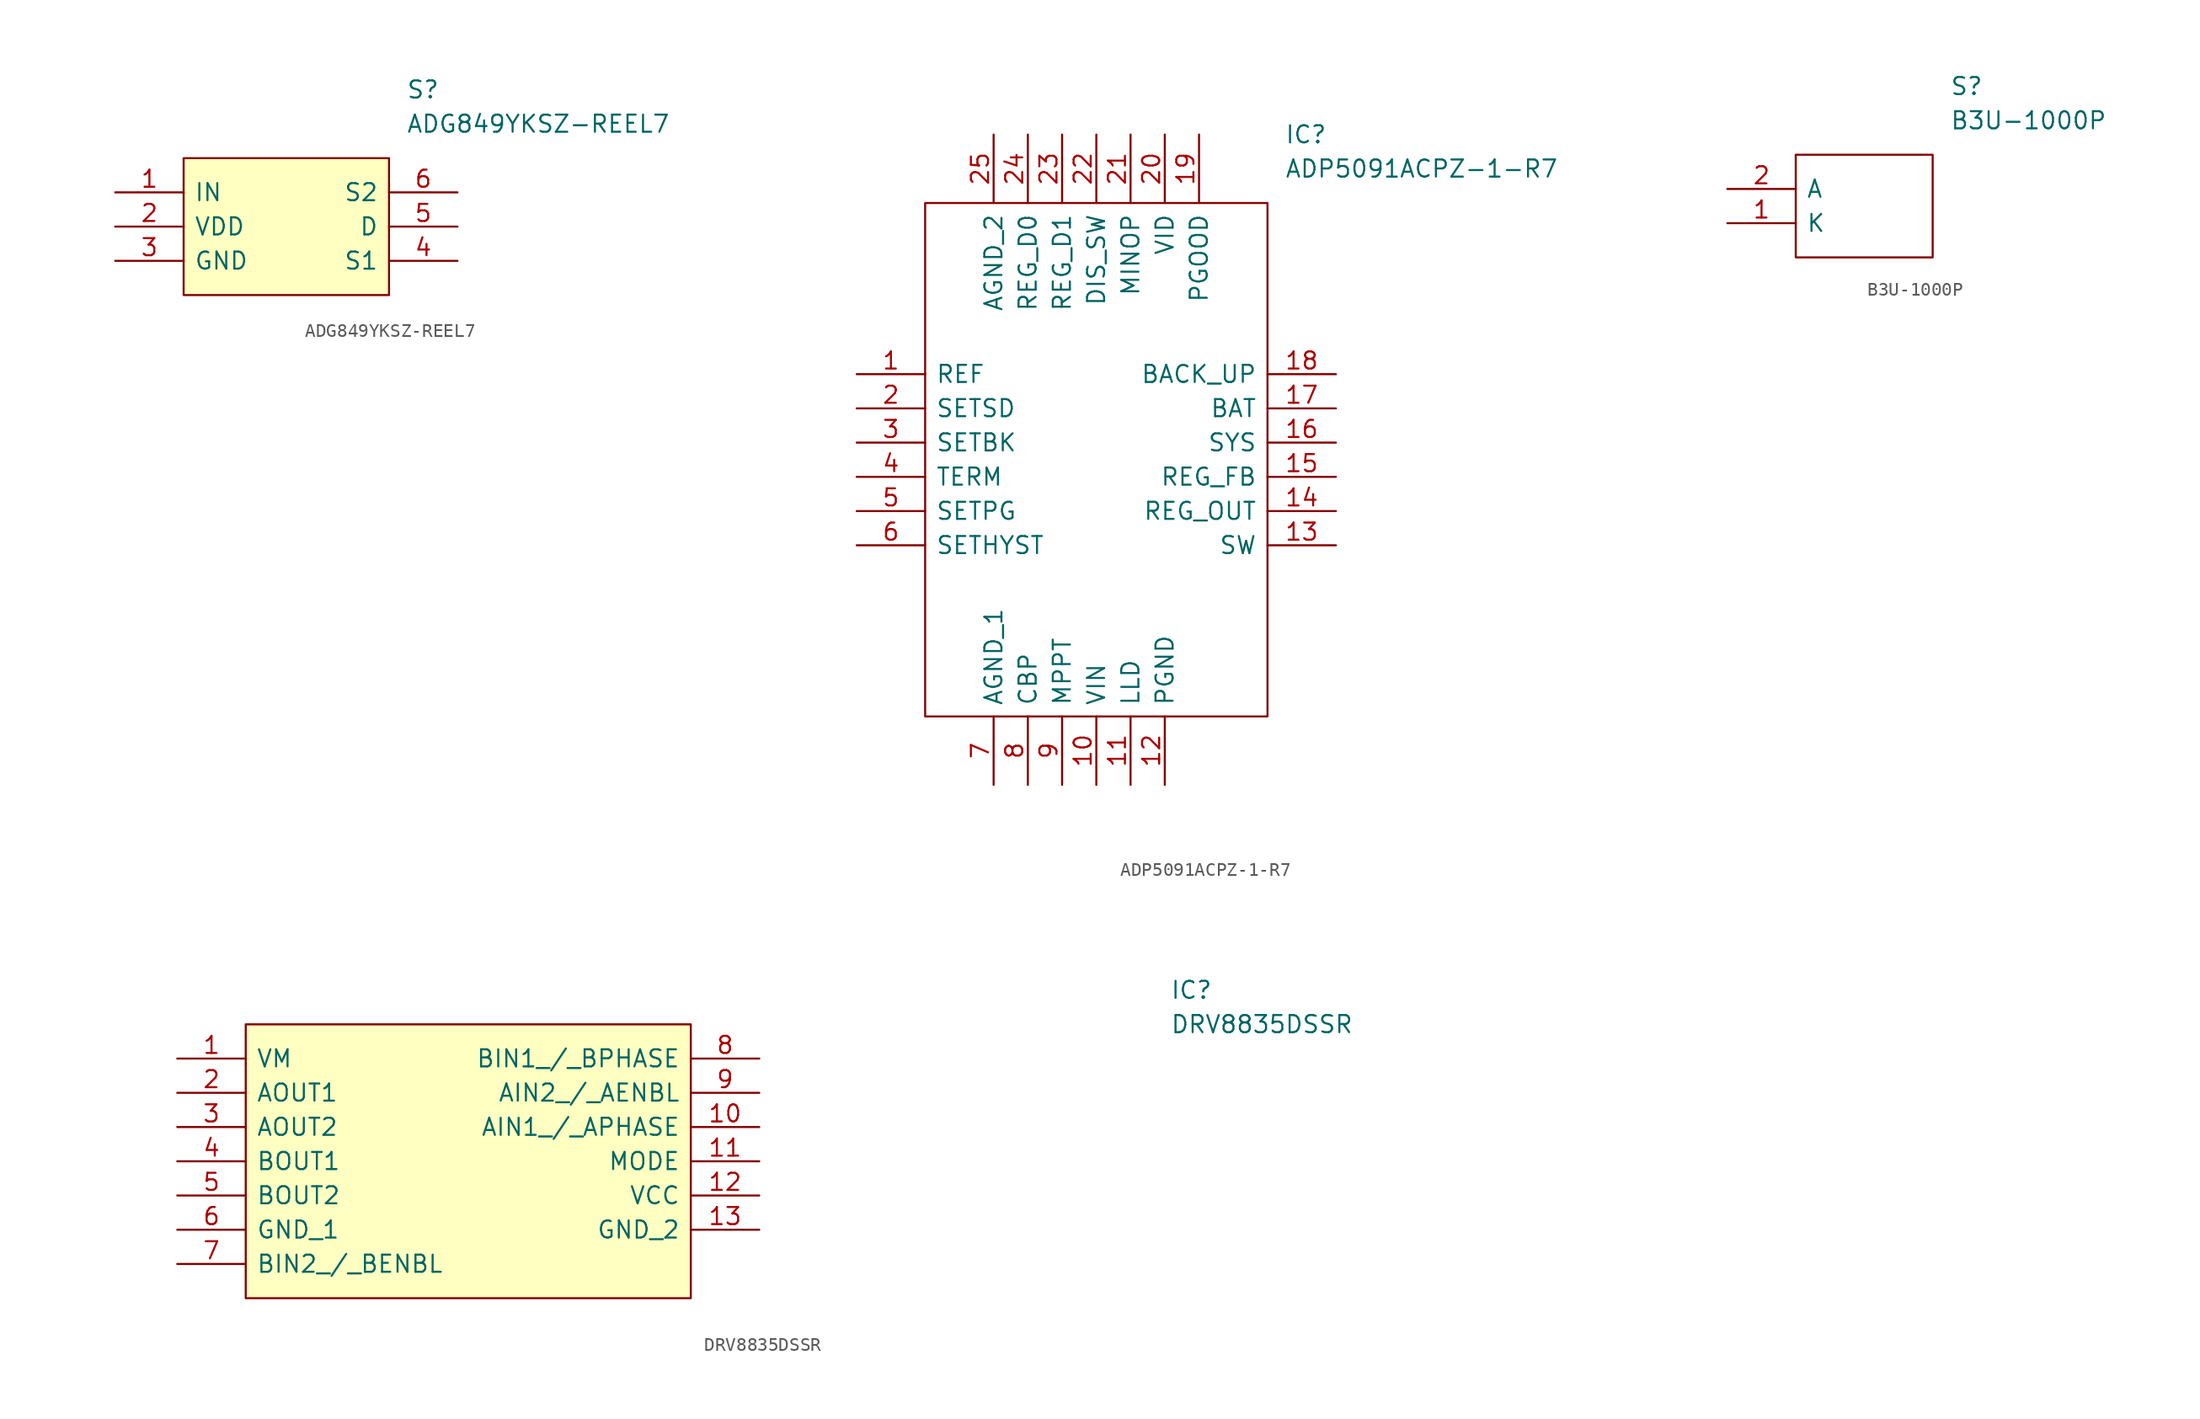
<source format=kicad_sym>
(kicad_symbol_lib
  (version 20211014)
  (generator kicad_symbol_editor)
  (symbol "ADG849YKSZ-REEL7"
    (pin_names
      (offset 0.762))
    (property "Reference" "S"
      (at 21.59 7.62 0)
      (effects (font (size 1.27 1.27)) (justify left)))
    (property "Value" "ADG849YKSZ-REEL7"
      (at 21.59 5.08 0)
      (effects (font (size 1.27 1.27)) (justify left)))
    (symbol "ADG849YKSZ-REEL7_0_0"
      (pin passive line (at 0 0 0) (length 5.08) (name "IN" (effects (font (size 1.27 1.27)))) (number "1" (effects (font (size 1.27 1.27)))))
      (pin passive line (at 0 -2.54 0) (length 5.08) (name "VDD" (effects (font (size 1.27 1.27)))) (number "2" (effects (font (size 1.27 1.27)))))
      (pin passive line (at 0 -5.08 0) (length 5.08) (name "GND" (effects (font (size 1.27 1.27)))) (number "3" (effects (font (size 1.27 1.27)))))
      (pin passive line (at 25.4 -5.08 180) (length 5.08) (name "S1" (effects (font (size 1.27 1.27)))) (number "4" (effects (font (size 1.27 1.27)))))
      (pin passive line (at 25.4 -2.54 180) (length 5.08) (name "D" (effects (font (size 1.27 1.27)))) (number "5" (effects (font (size 1.27 1.27)))))
      (pin passive line (at 25.4 0 180) (length 5.08) (name "S2" (effects (font (size 1.27 1.27)))) (number "6" (effects (font (size 1.27 1.27))))))
    (symbol "ADG849YKSZ-REEL7_0_1"
      (polyline (pts (xy 5.08 2.54) (xy 20.32 2.54) (xy 20.32 -7.62) (xy 5.08 -7.62) (xy 5.08 2.54)) (stroke (width 0.152) (type default) (color 0 0 0 0)) (fill (type background)))))
  (symbol "ADP5091ACPZ-1-R7"
    (pin_names
      (offset 0.762))
    (property "Reference" "IC"
      (at 31.75 17.78 0)
      (effects (font (size 1.27 1.27)) (justify left)))
    (property "Value" "ADP5091ACPZ-1-R7"
      (at 31.75 15.24 0)
      (effects (font (size 1.27 1.27)) (justify left)))
    (symbol "ADP5091ACPZ-1-R7_0_0"
      (pin passive line (at 0 0 0) (length 5.08) (name "REF" (effects (font (size 1.27 1.27)))) (number "1" (effects (font (size 1.27 1.27)))))
      (pin passive line (at 17.78 -30.48 90) (length 5.08) (name "VIN" (effects (font (size 1.27 1.27)))) (number "10" (effects (font (size 1.27 1.27)))))
      (pin passive line (at 20.32 -30.48 90) (length 5.08) (name "LLD" (effects (font (size 1.27 1.27)))) (number "11" (effects (font (size 1.27 1.27)))))
      (pin passive line (at 22.86 -30.48 90) (length 5.08) (name "PGND" (effects (font (size 1.27 1.27)))) (number "12" (effects (font (size 1.27 1.27)))))
      (pin passive line (at 35.56 -12.7 180) (length 5.08) (name "SW" (effects (font (size 1.27 1.27)))) (number "13" (effects (font (size 1.27 1.27)))))
      (pin passive line (at 35.56 -10.16 180) (length 5.08) (name "REG_OUT" (effects (font (size 1.27 1.27)))) (number "14" (effects (font (size 1.27 1.27)))))
      (pin passive line (at 35.56 -7.62 180) (length 5.08) (name "REG_FB" (effects (font (size 1.27 1.27)))) (number "15" (effects (font (size 1.27 1.27)))))
      (pin passive line (at 35.56 -5.08 180) (length 5.08) (name "SYS" (effects (font (size 1.27 1.27)))) (number "16" (effects (font (size 1.27 1.27)))))
      (pin passive line (at 35.56 -2.54 180) (length 5.08) (name "BAT" (effects (font (size 1.27 1.27)))) (number "17" (effects (font (size 1.27 1.27)))))
      (pin passive line (at 35.56 0 180) (length 5.08) (name "BACK_UP" (effects (font (size 1.27 1.27)))) (number "18" (effects (font (size 1.27 1.27)))))
      (pin passive line (at 25.4 17.78 270) (length 5.08) (name "PGOOD" (effects (font (size 1.27 1.27)))) (number "19" (effects (font (size 1.27 1.27)))))
      (pin passive line (at 0 -2.54 0) (length 5.08) (name "SETSD" (effects (font (size 1.27 1.27)))) (number "2" (effects (font (size 1.27 1.27)))))
      (pin passive line (at 22.86 17.78 270) (length 5.08) (name "VID" (effects (font (size 1.27 1.27)))) (number "20" (effects (font (size 1.27 1.27)))))
      (pin passive line (at 20.32 17.78 270) (length 5.08) (name "MINOP" (effects (font (size 1.27 1.27)))) (number "21" (effects (font (size 1.27 1.27)))))
      (pin passive line (at 17.78 17.78 270) (length 5.08) (name "DIS_SW" (effects (font (size 1.27 1.27)))) (number "22" (effects (font (size 1.27 1.27)))))
      (pin passive line (at 15.24 17.78 270) (length 5.08) (name "REG_D1" (effects (font (size 1.27 1.27)))) (number "23" (effects (font (size 1.27 1.27)))))
      (pin passive line (at 12.7 17.78 270) (length 5.08) (name "REG_D0" (effects (font (size 1.27 1.27)))) (number "24" (effects (font (size 1.27 1.27)))))
      (pin passive line (at 10.16 17.78 270) (length 5.08) (name "AGND_2" (effects (font (size 1.27 1.27)))) (number "25" (effects (font (size 1.27 1.27)))))
      (pin passive line (at 0 -5.08 0) (length 5.08) (name "SETBK" (effects (font (size 1.27 1.27)))) (number "3" (effects (font (size 1.27 1.27)))))
      (pin passive line (at 0 -7.62 0) (length 5.08) (name "TERM" (effects (font (size 1.27 1.27)))) (number "4" (effects (font (size 1.27 1.27)))))
      (pin passive line (at 0 -10.16 0) (length 5.08) (name "SETPG" (effects (font (size 1.27 1.27)))) (number "5" (effects (font (size 1.27 1.27)))))
      (pin passive line (at 0 -12.7 0) (length 5.08) (name "SETHYST" (effects (font (size 1.27 1.27)))) (number "6" (effects (font (size 1.27 1.27)))))
      (pin passive line (at 10.16 -30.48 90) (length 5.08) (name "AGND_1" (effects (font (size 1.27 1.27)))) (number "7" (effects (font (size 1.27 1.27)))))
      (pin passive line (at 12.7 -30.48 90) (length 5.08) (name "CBP" (effects (font (size 1.27 1.27)))) (number "8" (effects (font (size 1.27 1.27)))))
      (pin passive line (at 15.24 -30.48 90) (length 5.08) (name "MPPT" (effects (font (size 1.27 1.27)))) (number "9" (effects (font (size 1.27 1.27))))))
    (symbol "ADP5091ACPZ-1-R7_0_1"
      (polyline (pts (xy 5.08 12.7) (xy 30.48 12.7) (xy 30.48 -25.4) (xy 5.08 -25.4) (xy 5.08 12.7)) (stroke (width 0.152) (type default) (color 0 0 0 0)) (fill (type none)))))
  (symbol "B3U-1000P"
    (pin_names
      (offset 0.762))
    (property "Reference" "S"
      (at 16.51 7.62 0)
      (effects (font (size 1.27 1.27)) (justify left)))
    (property "Value" "B3U-1000P"
      (at 16.51 5.08 0)
      (effects (font (size 1.27 1.27)) (justify left)))
    (symbol "B3U-1000P_0_0"
      (pin passive line (at 0 -2.54 0) (length 5.08) (name "K" (effects (font (size 1.27 1.27)))) (number "1" (effects (font (size 1.27 1.27)))))
      (pin passive line (at 0 0 0) (length 5.08) (name "A" (effects (font (size 1.27 1.27)))) (number "2" (effects (font (size 1.27 1.27))))))
    (symbol "B3U-1000P_0_1"
      (polyline (pts (xy 5.08 2.54) (xy 15.24 2.54) (xy 15.24 -5.08) (xy 5.08 -5.08) (xy 5.08 2.54)) (stroke (width 0.152) (type default) (color 0 0 0 0)) (fill (type none)))))
  (symbol "DRV8835DSSR"
    (pin_names
      (offset 0.762))
    (property "Reference" "IC"
      (at 73.66 5.08 0)
      (effects (font (size 1.27 1.27)) (justify left)))
    (property "Value" "DRV8835DSSR"
      (at 73.66 2.54 0)
      (effects (font (size 1.27 1.27)) (justify left)))
    (symbol "DRV8835DSSR_0_0"
      (pin passive line (at 0 0 0) (length 5.08) (name "VM" (effects (font (size 1.27 1.27)))) (number "1" (effects (font (size 1.27 1.27)))))
      (pin passive line (at 43.18 -5.08 180) (length 5.08) (name "AIN1_/_APHASE" (effects (font (size 1.27 1.27)))) (number "10" (effects (font (size 1.27 1.27)))))
      (pin passive line (at 43.18 -7.62 180) (length 5.08) (name "MODE" (effects (font (size 1.27 1.27)))) (number "11" (effects (font (size 1.27 1.27)))))
      (pin passive line (at 43.18 -10.16 180) (length 5.08) (name "VCC" (effects (font (size 1.27 1.27)))) (number "12" (effects (font (size 1.27 1.27)))))
      (pin passive line (at 43.18 -12.7 180) (length 5.08) (name "GND_2" (effects (font (size 1.27 1.27)))) (number "13" (effects (font (size 1.27 1.27)))))
      (pin passive line (at 0 -2.54 0) (length 5.08) (name "AOUT1" (effects (font (size 1.27 1.27)))) (number "2" (effects (font (size 1.27 1.27)))))
      (pin passive line (at 0 -5.08 0) (length 5.08) (name "AOUT2" (effects (font (size 1.27 1.27)))) (number "3" (effects (font (size 1.27 1.27)))))
      (pin passive line (at 0 -7.62 0) (length 5.08) (name "BOUT1" (effects (font (size 1.27 1.27)))) (number "4" (effects (font (size 1.27 1.27)))))
      (pin passive line (at 0 -10.16 0) (length 5.08) (name "BOUT2" (effects (font (size 1.27 1.27)))) (number "5" (effects (font (size 1.27 1.27)))))
      (pin passive line (at 0 -12.7 0) (length 5.08) (name "GND_1" (effects (font (size 1.27 1.27)))) (number "6" (effects (font (size 1.27 1.27)))))
      (pin passive line (at 0 -15.24 0) (length 5.08) (name "BIN2_/_BENBL" (effects (font (size 1.27 1.27)))) (number "7" (effects (font (size 1.27 1.27)))))
      (pin passive line (at 43.18 0 180) (length 5.08) (name "BIN1_/_BPHASE" (effects (font (size 1.27 1.27)))) (number "8" (effects (font (size 1.27 1.27)))))
      (pin passive line (at 43.18 -2.54 180) (length 5.08) (name "AIN2_/_AENBL" (effects (font (size 1.27 1.27)))) (number "9" (effects (font (size 1.27 1.27))))))
    (symbol "DRV8835DSSR_0_1"
      (rectangle (start 5.08 2.54) (end 38.1 -17.78) (stroke (width 0.152) (type default) (color 0 0 0 0)) (fill (type background))))))
</source>
